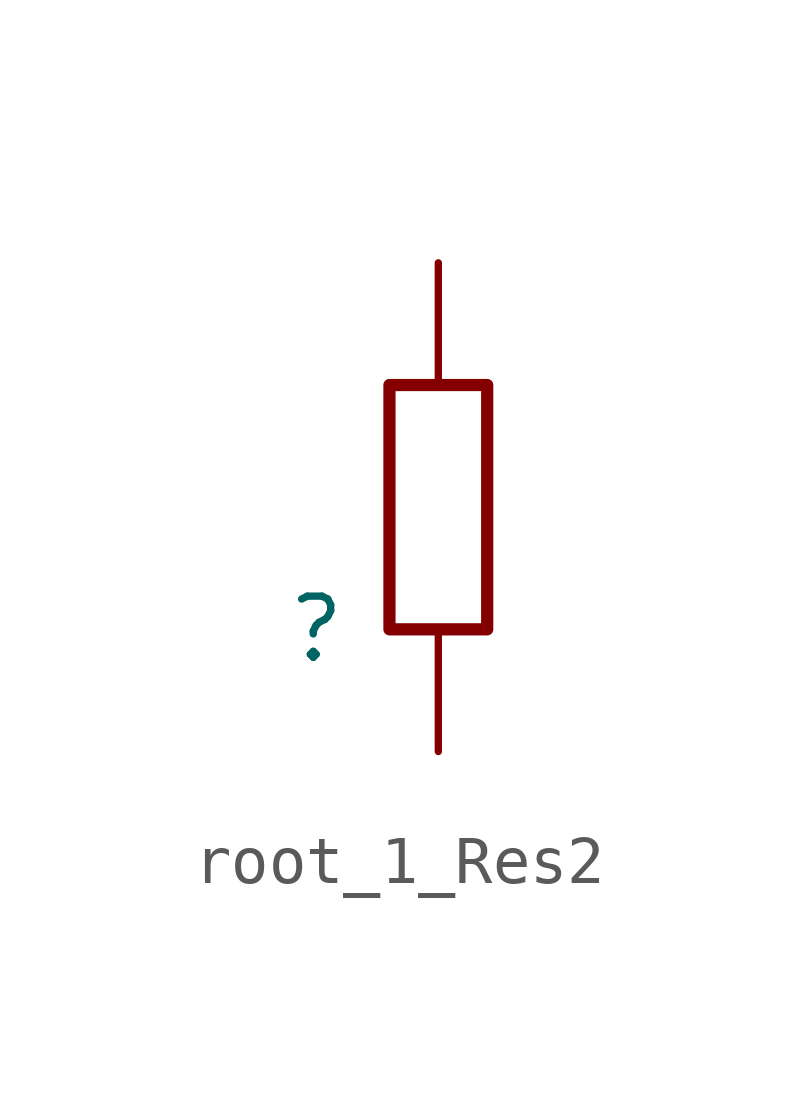
<source format=kicad_sym>
(kicad_symbol_lib
  (version 20220914)
  (generator kicad_symbol_editor)
  (symbol "root_1_Res2"
    (property "Reference" ""
      (at 0 0 0)
      (effects (font (size 1.27 1.27))))
    (property "Value" ""
      (at 0 0 0)
      (effects (font (size 1.27 1.27))))
    (symbol "root_1_Res2_1_0"
      (rectangle (start 3.556 5.08) (end 1.524 0) (stroke (width 0.254) (type solid)) (fill (type none)))
      (pin passive line (at 2.54 -2.54 90) (length 2.54) (name "1" (effects (font (size 0 0)))) (number "1" (effects (font (size 0 0)))))
      (pin passive line (at 2.54 7.62 270) (length 2.54) (name "2" (effects (font (size 0 0)))) (number "2" (effects (font (size 0 0))))))))
</source>
